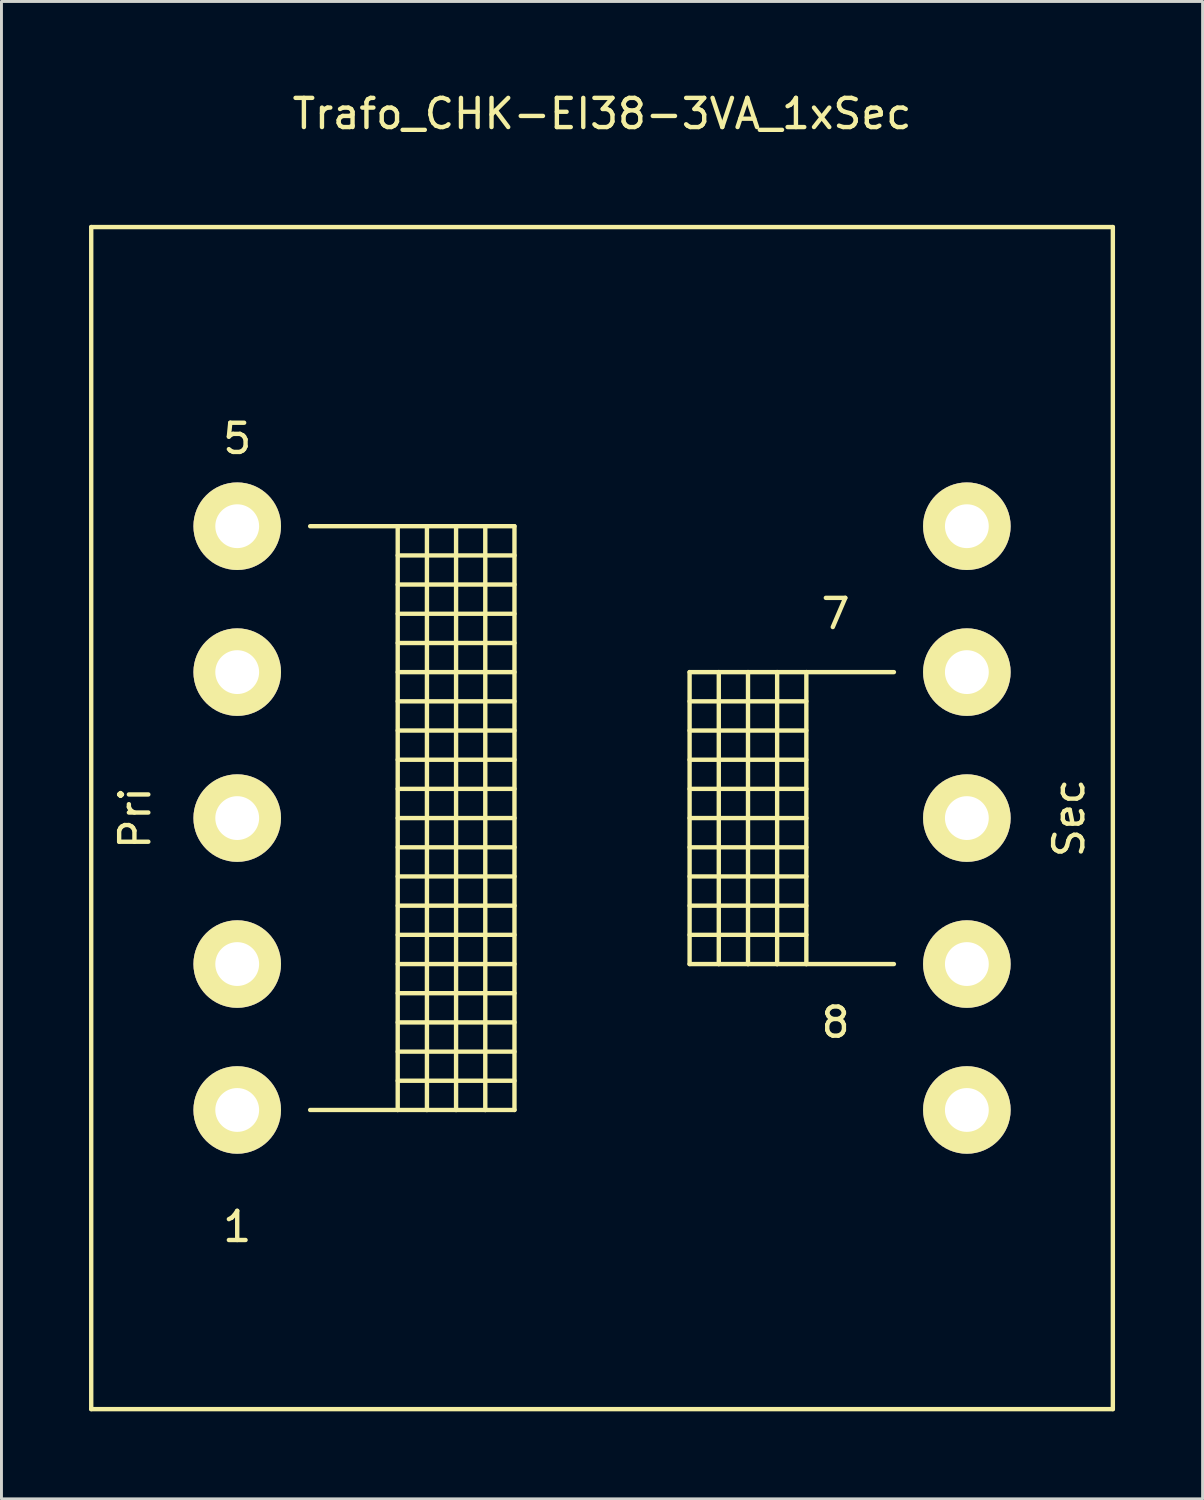
<source format=kicad_pcb>
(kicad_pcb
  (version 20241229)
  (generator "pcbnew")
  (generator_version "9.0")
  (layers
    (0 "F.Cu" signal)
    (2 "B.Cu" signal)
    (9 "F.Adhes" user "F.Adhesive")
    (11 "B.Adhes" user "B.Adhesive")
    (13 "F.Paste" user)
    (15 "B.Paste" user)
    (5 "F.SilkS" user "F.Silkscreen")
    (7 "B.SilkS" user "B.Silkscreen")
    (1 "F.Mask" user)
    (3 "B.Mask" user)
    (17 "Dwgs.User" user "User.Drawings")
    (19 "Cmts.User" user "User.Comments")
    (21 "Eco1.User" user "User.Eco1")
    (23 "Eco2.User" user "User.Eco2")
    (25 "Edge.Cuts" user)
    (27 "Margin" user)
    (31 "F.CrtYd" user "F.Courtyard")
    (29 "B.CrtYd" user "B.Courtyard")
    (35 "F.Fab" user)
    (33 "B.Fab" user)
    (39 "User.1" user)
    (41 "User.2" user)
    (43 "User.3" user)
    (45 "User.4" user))
  (footprint "Trafo_CHK-EI38-3VA_1xSec"
    (layer "F.Cu")
    (at 17.576 24.978)
    (property "Reference" "Trafo_CHK-EI38-3VA_1xSec" (at 0 -24.13 0) (layer "F.SilkS") (effects (font (size 1 1) (thickness 0.15))))
    (attr through_hole)
    (fp_line (start -17.501 -20.249) (end -17.501 20.249) (stroke (width 0.15) (type solid)) (layer "F.SilkS"))
    (fp_line (start -17.501 20.249) (end 17.501 20.249) (stroke (width 0.15) (type solid)) (layer "F.SilkS"))
    (fp_line (start -10 -10) (end -7 -10) (stroke (width 0.15) (type solid)) (layer "F.SilkS"))
    (fp_line (start -7 -10) (end -7 10) (stroke (width 0.15) (type solid)) (layer "F.SilkS"))
    (fp_line (start -7 -10) (end -5.999 -10) (stroke (width 0.15) (type solid)) (layer "F.SilkS"))
    (fp_line (start -7 -8.999) (end -3 -8.999) (stroke (width 0.15) (type solid)) (layer "F.SilkS"))
    (fp_line (start -7 -8.001) (end -3 -8.001) (stroke (width 0.15) (type solid)) (layer "F.SilkS"))
    (fp_line (start -7 -7) (end -3 -7) (stroke (width 0.15) (type solid)) (layer "F.SilkS"))
    (fp_line (start -7 -5.999) (end -3 -5.999) (stroke (width 0.15) (type solid)) (layer "F.SilkS"))
    (fp_line (start -7 -5.001) (end -3 -5.001) (stroke (width 0.15) (type solid)) (layer "F.SilkS"))
    (fp_line (start -7 -4) (end -3 -4) (stroke (width 0.15) (type solid)) (layer "F.SilkS"))
    (fp_line (start -7 -3) (end -3 -3) (stroke (width 0.15) (type solid)) (layer "F.SilkS"))
    (fp_line (start -7 -1.999) (end -3 -1.999) (stroke (width 0.15) (type solid)) (layer "F.SilkS"))
    (fp_line (start -7 -1.001) (end -3 -1.001) (stroke (width 0.15) (type solid)) (layer "F.SilkS"))
    (fp_line (start -7 0) (end -3 0) (stroke (width 0.15) (type solid)) (layer "F.SilkS"))
    (fp_line (start -7 1.001) (end -3 1.001) (stroke (width 0.15) (type solid)) (layer "F.SilkS"))
    (fp_line (start -7 1.999) (end -3 1.999) (stroke (width 0.15) (type solid)) (layer "F.SilkS"))
    (fp_line (start -7 3) (end -3 3) (stroke (width 0.15) (type solid)) (layer "F.SilkS"))
    (fp_line (start -7 4) (end -3 4) (stroke (width 0.15) (type solid)) (layer "F.SilkS"))
    (fp_line (start -7 5.001) (end -3 5.001) (stroke (width 0.15) (type solid)) (layer "F.SilkS"))
    (fp_line (start -7 5.999) (end -3 5.999) (stroke (width 0.15) (type solid)) (layer "F.SilkS"))
    (fp_line (start -7 7) (end -3 7) (stroke (width 0.15) (type solid)) (layer "F.SilkS"))
    (fp_line (start -7 8.001) (end -3 8.001) (stroke (width 0.15) (type solid)) (layer "F.SilkS"))
    (fp_line (start -7 8.999) (end -3 8.999) (stroke (width 0.15) (type solid)) (layer "F.SilkS"))
    (fp_line (start -7 10) (end -10 10) (stroke (width 0.15) (type solid)) (layer "F.SilkS"))
    (fp_line (start -5.999 -10) (end -5.999 10) (stroke (width 0.15) (type solid)) (layer "F.SilkS"))
    (fp_line (start -5.999 -10) (end -5.001 -10) (stroke (width 0.15) (type solid)) (layer "F.SilkS"))
    (fp_line (start -5.999 10) (end -7 10) (stroke (width 0.15) (type solid)) (layer "F.SilkS"))
    (fp_line (start -5.001 -10) (end -5.001 10) (stroke (width 0.15) (type solid)) (layer "F.SilkS"))
    (fp_line (start -5.001 -10) (end -4 -10) (stroke (width 0.15) (type solid)) (layer "F.SilkS"))
    (fp_line (start -5.001 10) (end -5.999 10) (stroke (width 0.15) (type solid)) (layer "F.SilkS"))
    (fp_line (start -4 -10) (end -4 10) (stroke (width 0.15) (type solid)) (layer "F.SilkS"))
    (fp_line (start -4 -10) (end -3 -10) (stroke (width 0.15) (type solid)) (layer "F.SilkS"))
    (fp_line (start -4 10) (end -5.001 10) (stroke (width 0.15) (type solid)) (layer "F.SilkS"))
    (fp_line (start -3 -10) (end -3 10) (stroke (width 0.15) (type solid)) (layer "F.SilkS"))
    (fp_line (start -3 10) (end -4 10) (stroke (width 0.15) (type solid)) (layer "F.SilkS"))
    (fp_line (start 3 -5.001) (end 3 5.001) (stroke (width 0.15) (type solid)) (layer "F.SilkS"))
    (fp_line (start 3 -4) (end 7 -4) (stroke (width 0.15) (type solid)) (layer "F.SilkS"))
    (fp_line (start 3 -1.999) (end 7 -1.999) (stroke (width 0.15) (type solid)) (layer "F.SilkS"))
    (fp_line (start 3 0) (end 7 0) (stroke (width 0.15) (type solid)) (layer "F.SilkS"))
    (fp_line (start 3 1.999) (end 7 1.999) (stroke (width 0.15) (type solid)) (layer "F.SilkS"))
    (fp_line (start 3 4) (end 7 4) (stroke (width 0.15) (type solid)) (layer "F.SilkS"))
    (fp_line (start 3 5.001) (end 4 5.001) (stroke (width 0.15) (type solid)) (layer "F.SilkS"))
    (fp_line (start 4 -5.001) (end 3 -5.001) (stroke (width 0.15) (type solid)) (layer "F.SilkS"))
    (fp_line (start 4 -5.001) (end 4 5.001) (stroke (width 0.15) (type solid)) (layer "F.SilkS"))
    (fp_line (start 4 5.001) (end 5.001 5.001) (stroke (width 0.15) (type solid)) (layer "F.SilkS"))
    (fp_line (start 5.001 -5.001) (end 4 -5.001) (stroke (width 0.15) (type solid)) (layer "F.SilkS"))
    (fp_line (start 5.001 -5.001) (end 5.001 5.001) (stroke (width 0.15) (type solid)) (layer "F.SilkS"))
    (fp_line (start 5.001 5.001) (end 5.999 5.001) (stroke (width 0.15) (type solid)) (layer "F.SilkS"))
    (fp_line (start 5.999 -5.001) (end 5.001 -5.001) (stroke (width 0.15) (type solid)) (layer "F.SilkS"))
    (fp_line (start 5.999 -5.001) (end 5.999 5.001) (stroke (width 0.15) (type solid)) (layer "F.SilkS"))
    (fp_line (start 5.999 5.001) (end 7 5.001) (stroke (width 0.15) (type solid)) (layer "F.SilkS"))
    (fp_line (start 7 -5.001) (end 5.999 -5.001) (stroke (width 0.15) (type solid)) (layer "F.SilkS"))
    (fp_line (start 7 -5.001) (end 7 5.001) (stroke (width 0.15) (type solid)) (layer "F.SilkS"))
    (fp_line (start 7 -3) (end 3 -3) (stroke (width 0.15) (type solid)) (layer "F.SilkS"))
    (fp_line (start 7 -1.001) (end 3 -1.001) (stroke (width 0.15) (type solid)) (layer "F.SilkS"))
    (fp_line (start 7 1.001) (end 3 1.001) (stroke (width 0.15) (type solid)) (layer "F.SilkS"))
    (fp_line (start 7 3) (end 3 3) (stroke (width 0.15) (type solid)) (layer "F.SilkS"))
    (fp_line (start 7 5.001) (end 10 5.001) (stroke (width 0.15) (type solid)) (layer "F.SilkS"))
    (fp_line (start 10 -5.001) (end 7 -5.001) (stroke (width 0.15) (type solid)) (layer "F.SilkS"))
    (fp_line (start 17.501 -20.249) (end -17.501 -20.249) (stroke (width 0.15) (type solid)) (layer "F.SilkS"))
    (fp_line (start 17.501 20.249) (end 17.501 -20.249) (stroke (width 0.15) (type solid)) (layer "F.SilkS"))
    (fp_text user "Pri" (at -15.999 0 90) (layer "F.SilkS") (effects (font (size 1 1) (thickness 0.15))))
    (fp_text user "Sec" (at 15.999 0 90) (layer "F.SilkS") (effects (font (size 1 1) (thickness 0.15))))
    (fp_text user "8" (at 8.001 7 0) (layer "F.SilkS") (effects (font (size 1 1) (thickness 0.15))))
    (fp_text user "7" (at 8.001 -7 0) (layer "F.SilkS") (effects (font (size 1 1) (thickness 0.15))))
    (fp_text user "1" (at -12.499 14 0) (layer "F.SilkS") (effects (font (size 1 1) (thickness 0.15))))
    (fp_text user "5" (at -12.499 -13 0) (layer "F.SilkS") (effects (font (size 1 1) (thickness 0.15))))
    (pad "1" thru_hole circle (at -12.499 10) (size 3 3) (drill 1.501) (layers "*.Cu" "*.Mask" "F.SilkS"))
    (pad "2" thru_hole circle (at -12.499 5.001) (size 3 3) (drill 1.501) (layers "*.Cu" "*.Mask" "F.SilkS"))
    (pad "3" thru_hole circle (at -12.499 0) (size 3 3) (drill 1.501) (layers "*.Cu" "*.Mask" "F.SilkS"))
    (pad "4" thru_hole circle (at -12.499 -5.001) (size 3 3) (drill 1.501) (layers "*.Cu" "*.Mask" "F.SilkS"))
    (pad "5" thru_hole circle (at -12.499 -10) (size 3 3) (drill 1.501) (layers "*.Cu" "*.Mask" "F.SilkS"))
    (pad "6" thru_hole circle (at 12.499 -10) (size 3 3) (drill 1.501) (layers "*.Cu" "*.Mask" "F.SilkS"))
    (pad "7" thru_hole circle (at 12.499 -5.001) (size 3 3) (drill 1.501) (layers "*.Cu" "*.Mask" "F.SilkS"))
    (pad "8" thru_hole circle (at 12.499 0) (size 3 3) (drill 1.501) (layers "*.Cu" "*.Mask" "F.SilkS"))
    (pad "9" thru_hole circle (at 12.499 5.001) (size 3 3) (drill 1.501) (layers "*.Cu" "*.Mask" "F.SilkS"))
    (pad "10" thru_hole circle (at 12.499 10) (size 3 3) (drill 1.501) (layers "*.Cu" "*.Mask" "F.SilkS")))
  (gr_rect
    (start -3 -3)
    (end 38.151 48.302)
    (stroke (width 0.1) (type default))
    (fill no)
    (layer "Edge.Cuts")))
</source>
